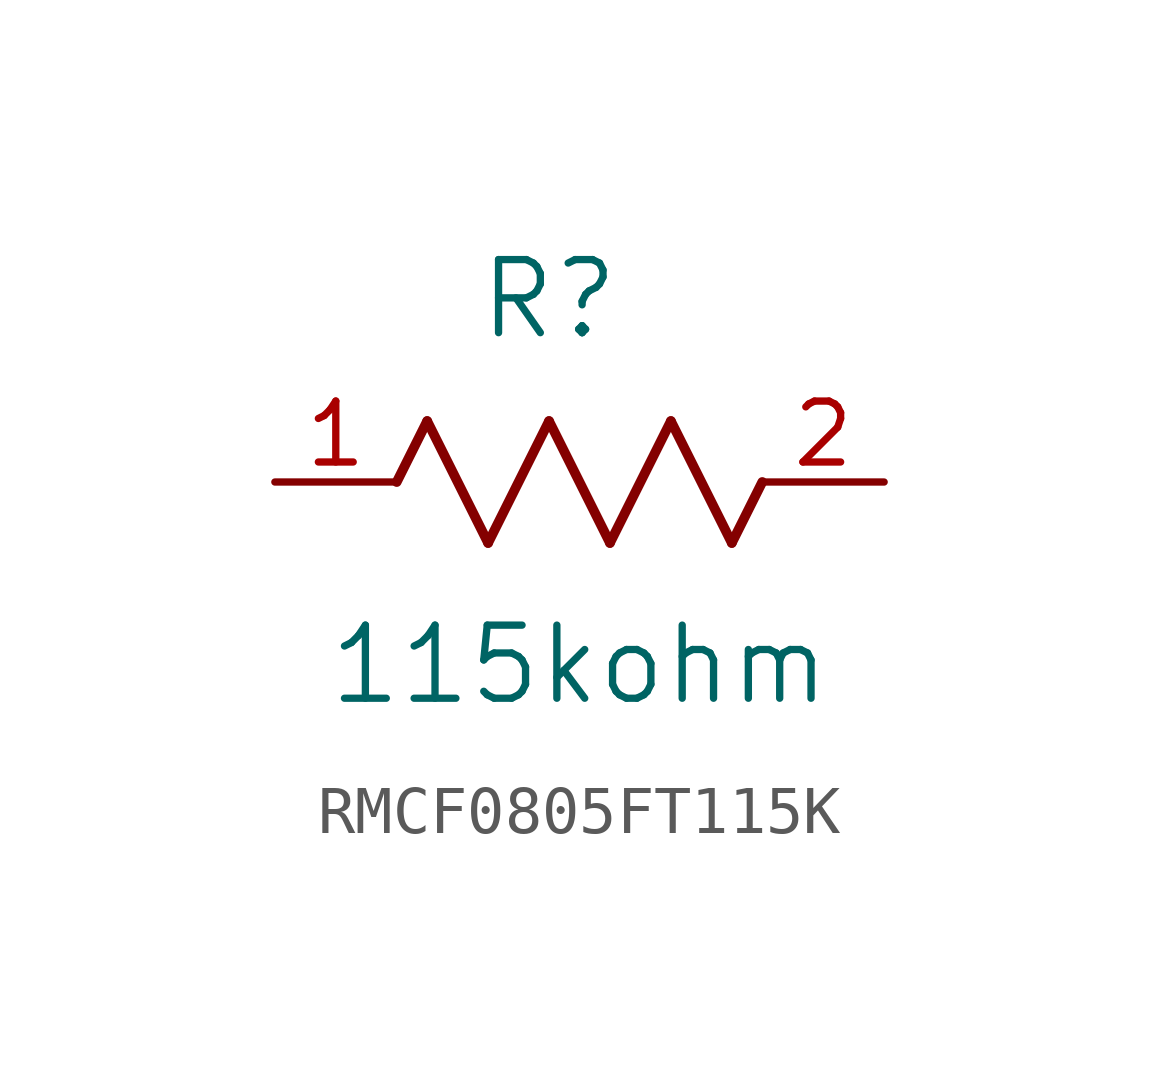
<source format=kicad_sym>
(kicad_symbol_lib
  (version 20220914)
  (generator kicad_symbol_editor)
  (symbol "RMCF0805FT115K"
    (pin_names
      (offset 0.254))
    (property "Reference" "R"
      (at 5.715 3.81 0)
      (effects (font (size 1.524 1.524))))
    (property "Value" "115kohm"
      (at 6.35 -3.81 0)
      (effects (font (size 1.524 1.524))))
    (symbol "RMCF0805FT115K_0_1"
      (polyline (pts (xy 2.54 0) (xy 3.175 1.27)) (stroke (width 0.203) (type default)) (fill (type none)))
      (polyline (pts (xy 3.175 1.27) (xy 4.445 -1.27)) (stroke (width 0.203) (type default)) (fill (type none)))
      (polyline (pts (xy 4.445 -1.27) (xy 5.715 1.27)) (stroke (width 0.203) (type default)) (fill (type none)))
      (polyline (pts (xy 5.715 1.27) (xy 6.985 -1.27)) (stroke (width 0.203) (type default)) (fill (type none)))
      (polyline (pts (xy 6.985 -1.27) (xy 8.255 1.27)) (stroke (width 0.203) (type default)) (fill (type none)))
      (polyline (pts (xy 8.255 1.27) (xy 9.525 -1.27)) (stroke (width 0.203) (type default)) (fill (type none)))
      (polyline (pts (xy 9.525 -1.27) (xy 10.16 0)) (stroke (width 0.203) (type default)) (fill (type none)))
      (pin unspecified line (at 0 0 0) (length 2.54) (name "" (effects (font (size 1.27 1.27)))) (number "1" (effects (font (size 1.27 1.27)))))
      (pin unspecified line (at 12.7 0 180) (length 2.54) (name "" (effects (font (size 1.27 1.27)))) (number "2" (effects (font (size 1.27 1.27))))))))
</source>
